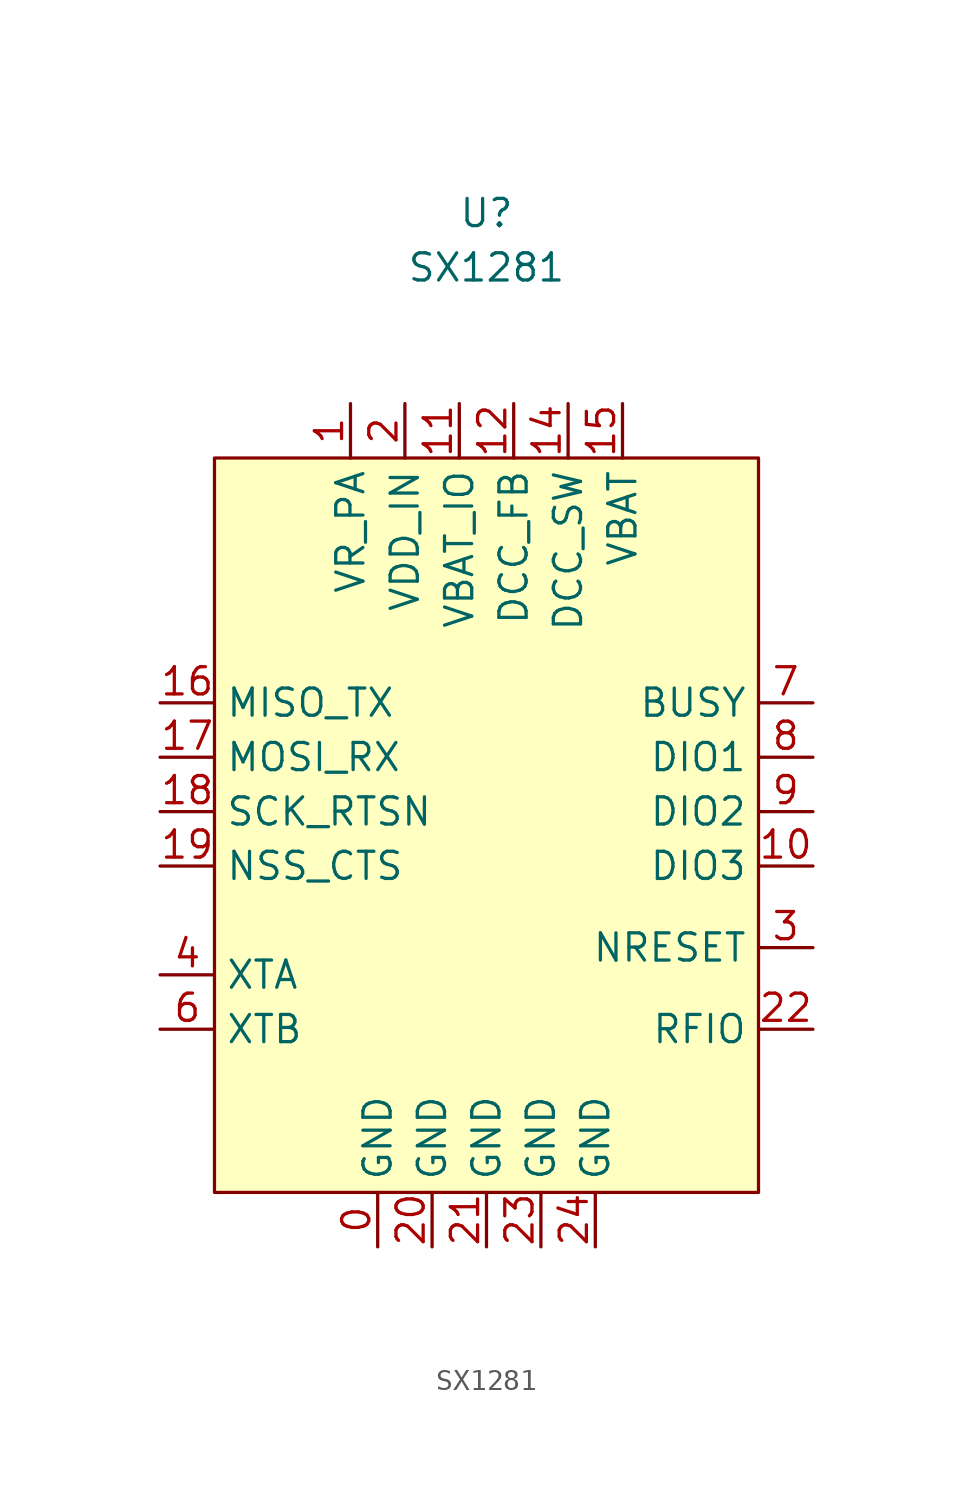
<source format=kicad_sym>
(kicad_symbol_lib
  (version 20211014)
  (generator kicad_symbol_editor)
  (symbol "SX1281"
    (property "Reference" "U"
      (at 0 3.81 0)
      (effects (font (size 1.27 1.27))))
    (property "Value" "SX1281"
      (at 0 1.27 0)
      (effects (font (size 1.27 1.27))))
    (symbol "SX1281_0_1"
      (rectangle (start -12.7 -7.62) (end 12.7 -41.91) (stroke (width 0.152) (type default) (color 0 0 0 0)) (fill (type background))))
    (symbol "SX1281_1_1"
      (pin power_in line (at -5.08 -44.45 90) (length 2.54) (name "GND" (effects (font (size 1.27 1.27)))) (number "0" (effects (font (size 1.27 1.27)))))
      (pin power_out line (at -6.35 -5.08 270) (length 2.54) (name "VR_PA" (effects (font (size 1.27 1.27)))) (number "1" (effects (font (size 1.27 1.27)))))
      (pin bidirectional line (at 15.24 -26.67 180) (length 2.54) (name "DIO3" (effects (font (size 1.27 1.27)))) (number "10" (effects (font (size 1.27 1.27)))))
      (pin power_in line (at -1.27 -5.08 270) (length 2.54) (name "VBAT_IO" (effects (font (size 1.27 1.27)))) (number "11" (effects (font (size 1.27 1.27)))))
      (pin power_out line (at 1.27 -5.08 270) (length 2.54) (name "DCC_FB" (effects (font (size 1.27 1.27)))) (number "12" (effects (font (size 1.27 1.27)))))
      (pin power_out line (at 3.81 -5.08 270) (length 2.54) (name "DCC_SW" (effects (font (size 1.27 1.27)))) (number "14" (effects (font (size 1.27 1.27)))))
      (pin power_in line (at 6.35 -5.08 270) (length 2.54) (name "VBAT" (effects (font (size 1.27 1.27)))) (number "15" (effects (font (size 1.27 1.27)))))
      (pin output line (at -15.24 -19.05 0) (length 2.54) (name "MISO_TX" (effects (font (size 1.27 1.27)))) (number "16" (effects (font (size 1.27 1.27)))))
      (pin input line (at -15.24 -21.59 0) (length 2.54) (name "MOSI_RX" (effects (font (size 1.27 1.27)))) (number "17" (effects (font (size 1.27 1.27)))))
      (pin input line (at -15.24 -24.13 0) (length 2.54) (name "SCK_RTSN" (effects (font (size 1.27 1.27)))) (number "18" (effects (font (size 1.27 1.27)))))
      (pin input line (at -15.24 -26.67 0) (length 2.54) (name "NSS_CTS" (effects (font (size 1.27 1.27)))) (number "19" (effects (font (size 1.27 1.27)))))
      (pin power_in line (at -3.81 -5.08 270) (length 2.54) (name "VDD_IN" (effects (font (size 1.27 1.27)))) (number "2" (effects (font (size 1.27 1.27)))))
      (pin power_in line (at -2.54 -44.45 90) (length 2.54) (name "GND" (effects (font (size 1.27 1.27)))) (number "20" (effects (font (size 1.27 1.27)))))
      (pin power_in line (at 0 -44.45 90) (length 2.54) (name "GND" (effects (font (size 1.27 1.27)))) (number "21" (effects (font (size 1.27 1.27)))))
      (pin bidirectional line (at 15.24 -34.29 180) (length 2.54) (name "RFIO" (effects (font (size 1.27 1.27)))) (number "22" (effects (font (size 1.27 1.27)))))
      (pin power_in line (at 2.54 -44.45 90) (length 2.54) (name "GND" (effects (font (size 1.27 1.27)))) (number "23" (effects (font (size 1.27 1.27)))))
      (pin power_in line (at 5.08 -44.45 90) (length 2.54) (name "GND" (effects (font (size 1.27 1.27)))) (number "24" (effects (font (size 1.27 1.27)))))
      (pin input line (at 15.24 -30.48 180) (length 2.54) (name "NRESET" (effects (font (size 1.27 1.27)))) (number "3" (effects (font (size 1.27 1.27)))))
      (pin passive line (at -15.24 -31.75 0) (length 2.54) (name "XTA" (effects (font (size 1.27 1.27)))) (number "4" (effects (font (size 1.27 1.27)))))
      (pin passive line (at -15.24 -34.29 0) (length 2.54) (name "XTB" (effects (font (size 1.27 1.27)))) (number "6" (effects (font (size 1.27 1.27)))))
      (pin output line (at 15.24 -19.05 180) (length 2.54) (name "BUSY" (effects (font (size 1.27 1.27)))) (number "7" (effects (font (size 1.27 1.27)))))
      (pin bidirectional line (at 15.24 -21.59 180) (length 2.54) (name "DIO1" (effects (font (size 1.27 1.27)))) (number "8" (effects (font (size 1.27 1.27)))))
      (pin bidirectional line (at 15.24 -24.13 180) (length 2.54) (name "DIO2" (effects (font (size 1.27 1.27)))) (number "9" (effects (font (size 1.27 1.27))))))))
</source>
